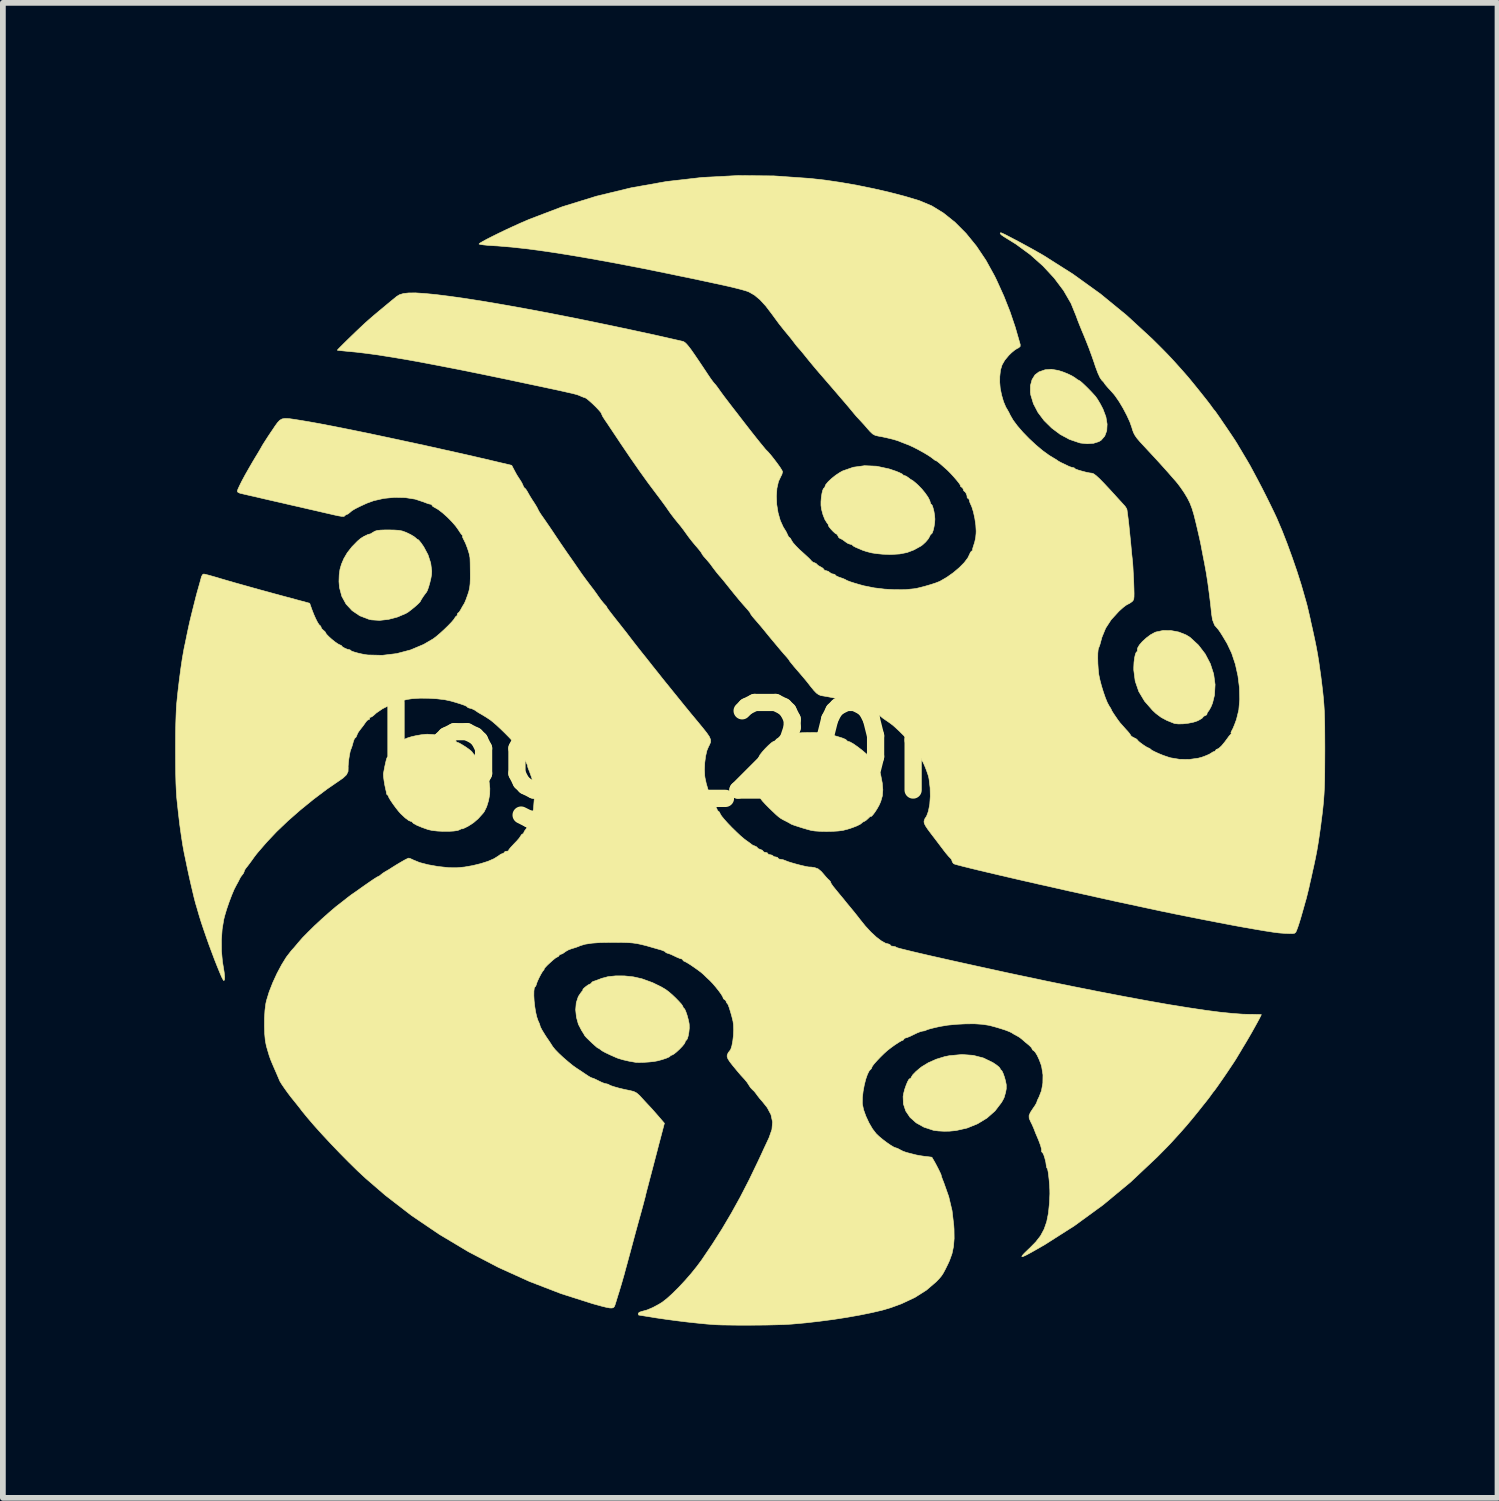
<source format=kicad_pcb>
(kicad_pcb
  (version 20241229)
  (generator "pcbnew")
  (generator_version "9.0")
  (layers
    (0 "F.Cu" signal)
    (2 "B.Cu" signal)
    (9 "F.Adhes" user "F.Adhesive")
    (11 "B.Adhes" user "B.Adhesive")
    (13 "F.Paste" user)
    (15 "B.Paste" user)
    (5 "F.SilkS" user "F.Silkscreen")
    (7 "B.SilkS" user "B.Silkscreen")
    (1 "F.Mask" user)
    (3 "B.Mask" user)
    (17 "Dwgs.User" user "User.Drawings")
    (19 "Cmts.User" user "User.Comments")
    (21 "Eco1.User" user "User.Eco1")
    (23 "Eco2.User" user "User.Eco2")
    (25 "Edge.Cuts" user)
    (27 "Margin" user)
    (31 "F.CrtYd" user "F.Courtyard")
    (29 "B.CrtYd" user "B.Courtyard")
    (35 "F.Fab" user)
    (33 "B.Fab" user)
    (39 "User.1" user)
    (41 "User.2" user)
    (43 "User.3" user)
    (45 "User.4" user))
  (footprint "logo_20mm"
    (layer "F.Cu")
    (at 10.01 10.009)
    (property "Reference" "logo_20mm" (at 0 0 0) (layer "F.SilkS") (effects (font (size 1.524 1.524) (thickness 0.3))))
    (attr through_hole)
    (fp_poly (pts (xy 5.358 -6.612) (xy 5.436 -6.587) (xy 5.517 -6.555) (xy 5.59 -6.52) (xy 5.641 -6.489) (xy 5.647 -6.485) (xy 5.688 -6.454) (xy 5.716 -6.439) (xy 5.719 -6.438) (xy 5.74 -6.425) (xy 5.781 -6.389) (xy 5.835 -6.338) (xy 5.894 -6.279) (xy 5.951 -6.219) (xy 5.999 -6.166) (xy 6.006 -6.158) (xy 6.042 -6.106) (xy 6.086 -6.032) (xy 6.128 -5.952) (xy 6.134 -5.94) (xy 6.185 -5.805) (xy 6.206 -5.678) (xy 6.2 -5.565) (xy 6.165 -5.471) (xy 6.103 -5.399) (xy 6.063 -5.374) (xy 5.971 -5.345) (xy 5.86 -5.337) (xy 5.743 -5.349) (xy 5.72 -5.355) (xy 5.55 -5.413) (xy 5.389 -5.5) (xy 5.241 -5.611) (xy 5.11 -5.74) (xy 5.003 -5.882) (xy 4.924 -6.033) (xy 4.878 -6.185) (xy 4.871 -6.233) (xy 4.872 -6.35) (xy 4.9 -6.453) (xy 4.951 -6.535) (xy 5.018 -6.586) (xy 5.126 -6.624) (xy 5.236 -6.633) (xy 5.358 -6.612)) (stroke (width 0.01) (type solid)) (fill yes) (layer "F.SilkS"))
    (fp_poly (pts (xy 7.317 -2.086) (xy 7.455 -2.06) (xy 7.58 -2.01) (xy 7.65 -1.967) (xy 7.795 -1.833) (xy 7.913 -1.679) (xy 8.002 -1.509) (xy 8.06 -1.33) (xy 8.085 -1.146) (xy 8.075 -0.964) (xy 8.041 -0.825) (xy 8.014 -0.759) (xy 7.984 -0.704) (xy 7.971 -0.686) (xy 7.947 -0.653) (xy 7.944 -0.633) (xy 7.938 -0.619) (xy 7.915 -0.608) (xy 7.882 -0.591) (xy 7.873 -0.577) (xy 7.857 -0.559) (xy 7.814 -0.533) (xy 7.779 -0.515) (xy 7.711 -0.492) (xy 7.623 -0.474) (xy 7.53 -0.463) (xy 7.445 -0.461) (xy 7.383 -0.468) (xy 7.375 -0.47) (xy 7.248 -0.521) (xy 7.147 -0.575) (xy 7.056 -0.643) (xy 6.997 -0.698) (xy 6.858 -0.857) (xy 6.757 -1.026) (xy 6.695 -1.206) (xy 6.67 -1.399) (xy 6.67 -1.445) (xy 6.674 -1.532) (xy 6.684 -1.611) (xy 6.698 -1.673) (xy 6.713 -1.709) (xy 6.721 -1.714) (xy 6.734 -1.729) (xy 6.732 -1.739) (xy 6.736 -1.78) (xy 6.768 -1.835) (xy 6.821 -1.896) (xy 6.888 -1.957) (xy 6.961 -2.012) (xy 7.034 -2.052) (xy 7.056 -2.061) (xy 7.18 -2.087) (xy 7.317 -2.086)) (stroke (width 0.01) (type solid)) (fill yes) (layer "F.SilkS"))
    (fp_poly (pts (xy 3.875 5.306) (xy 4.053 5.352) (xy 4.217 5.432) (xy 4.23 5.44) (xy 4.287 5.479) (xy 4.329 5.514) (xy 4.344 5.536) (xy 4.355 5.559) (xy 4.361 5.561) (xy 4.377 5.579) (xy 4.398 5.624) (xy 4.42 5.686) (xy 4.438 5.752) (xy 4.45 5.813) (xy 4.451 5.82) (xy 4.451 5.888) (xy 4.44 5.95) (xy 4.426 5.998) (xy 4.418 6.03) (xy 4.406 6.058) (xy 4.38 6.106) (xy 4.366 6.129) (xy 4.256 6.273) (xy 4.116 6.397) (xy 3.952 6.497) (xy 3.77 6.571) (xy 3.576 6.615) (xy 3.46 6.626) (xy 3.365 6.627) (xy 3.271 6.622) (xy 3.195 6.613) (xy 3.179 6.609) (xy 3.018 6.556) (xy 2.884 6.481) (xy 2.777 6.386) (xy 2.702 6.275) (xy 2.661 6.151) (xy 2.656 6.022) (xy 2.667 5.962) (xy 2.685 5.893) (xy 2.709 5.825) (xy 2.734 5.765) (xy 2.757 5.724) (xy 2.773 5.711) (xy 2.776 5.712) (xy 2.789 5.706) (xy 2.8 5.683) (xy 2.824 5.645) (xy 2.875 5.592) (xy 2.945 5.532) (xy 2.98 5.505) (xy 3.096 5.434) (xy 3.235 5.373) (xy 3.382 5.328) (xy 3.463 5.312) (xy 3.679 5.292) (xy 3.875 5.306)) (stroke (width 0.01) (type solid)) (fill yes) (layer "F.SilkS"))
    (fp_poly (pts (xy -6.196 -3.835) (xy -6.121 -3.83) (xy -6.062 -3.819) (xy -6.006 -3.799) (xy -5.98 -3.788) (xy -5.914 -3.756) (xy -5.859 -3.723) (xy -5.834 -3.704) (xy -5.802 -3.676) (xy -5.783 -3.668) (xy -5.766 -3.652) (xy -5.733 -3.611) (xy -5.693 -3.553) (xy -5.686 -3.543) (xy -5.612 -3.405) (xy -5.565 -3.261) (xy -5.547 -3.122) (xy -5.55 -3.062) (xy -5.561 -2.998) (xy -5.579 -2.922) (xy -5.6 -2.848) (xy -5.621 -2.787) (xy -5.639 -2.752) (xy -5.641 -2.751) (xy -5.661 -2.725) (xy -5.691 -2.684) (xy -5.719 -2.641) (xy -5.738 -2.609) (xy -5.74 -2.602) (xy -5.755 -2.58) (xy -5.793 -2.542) (xy -5.845 -2.496) (xy -5.903 -2.449) (xy -5.957 -2.408) (xy -5.997 -2.384) (xy -6.145 -2.321) (xy -6.301 -2.28) (xy -6.455 -2.263) (xy -6.595 -2.272) (xy -6.64 -2.282) (xy -6.799 -2.343) (xy -6.932 -2.433) (xy -7.038 -2.547) (xy -7.112 -2.683) (xy -7.153 -2.837) (xy -7.161 -2.94) (xy -7.157 -3.056) (xy -7.144 -3.15) (xy -7.118 -3.24) (xy -7.075 -3.341) (xy -7.074 -3.342) (xy -7.016 -3.441) (xy -6.934 -3.545) (xy -6.839 -3.642) (xy -6.786 -3.687) (xy -6.749 -3.711) (xy -6.738 -3.717) (xy -5.88 -3.717) (xy -5.87 -3.707) (xy -5.86 -3.717) (xy -5.87 -3.727) (xy -5.88 -3.717) (xy -6.738 -3.717) (xy -6.702 -3.736) (xy -6.659 -3.757) (xy -6.631 -3.765) (xy -6.627 -3.764) (xy -6.612 -3.769) (xy -6.576 -3.791) (xy -6.567 -3.797) (xy -6.533 -3.816) (xy -6.493 -3.828) (xy -6.435 -3.834) (xy -6.353 -3.837) (xy -6.299 -3.837) (xy -6.196 -3.835)) (stroke (width 0.01) (type solid)) (fill yes) (layer "F.SilkS"))
    (fp_poly (pts (xy -2.191 3.924) (xy -2.04 3.94) (xy -1.901 3.971) (xy -1.883 3.976) (xy -1.702 4.042) (xy -1.551 4.116) (xy -1.475 4.161) (xy -1.423 4.2) (xy -1.362 4.252) (xy -1.3 4.311) (xy -1.244 4.369) (xy -1.2 4.418) (xy -1.178 4.452) (xy -1.176 4.459) (xy -1.166 4.483) (xy -1.16 4.485) (xy -1.144 4.502) (xy -1.124 4.548) (xy -1.102 4.612) (xy -1.083 4.682) (xy -1.069 4.747) (xy -1.066 4.773) (xy -1.065 4.834) (xy -1.072 4.903) (xy -1.084 4.969) (xy -1.099 5.019) (xy -1.115 5.042) (xy -1.118 5.043) (xy -1.134 5.059) (xy -1.136 5.074) (xy -1.15 5.103) (xy -1.186 5.148) (xy -1.235 5.199) (xy -1.288 5.248) (xy -1.335 5.285) (xy -1.367 5.302) (xy -1.369 5.302) (xy -1.393 5.311) (xy -1.395 5.317) (xy -1.413 5.333) (xy -1.463 5.355) (xy -1.537 5.38) (xy -1.619 5.402) (xy -1.68 5.413) (xy -1.764 5.422) (xy -1.856 5.428) (xy -1.939 5.43) (xy -2 5.428) (xy -2.003 5.427) (xy -2.112 5.408) (xy -2.216 5.384) (xy -2.301 5.359) (xy -2.332 5.347) (xy -2.445 5.297) (xy -2.525 5.259) (xy -2.578 5.23) (xy -2.607 5.209) (xy -2.608 5.208) (xy -2.637 5.186) (xy -2.649 5.182) (xy -2.669 5.17) (xy -2.708 5.136) (xy -2.758 5.091) (xy -2.809 5.042) (xy -2.854 4.998) (xy -2.883 4.965) (xy -2.89 4.954) (xy -2.9 4.934) (xy -2.926 4.893) (xy -2.939 4.873) (xy -2.995 4.765) (xy -3.029 4.641) (xy -3.042 4.513) (xy -3.032 4.392) (xy -2.998 4.289) (xy -2.988 4.271) (xy -2.955 4.222) (xy -2.928 4.187) (xy -2.921 4.181) (xy -2.912 4.168) (xy -2.917 4.166) (xy -2.916 4.156) (xy -2.893 4.133) (xy -2.858 4.104) (xy -2.822 4.079) (xy -2.796 4.067) (xy -2.793 4.066) (xy -2.772 4.054) (xy -2.771 4.049) (xy -2.754 4.029) (xy -2.736 4.02) (xy -2.699 4.008) (xy -2.639 3.986) (xy -2.591 3.967) (xy -2.478 3.937) (xy -2.341 3.923) (xy -2.191 3.924)) (stroke (width 0.01) (type solid)) (fill yes) (layer "F.SilkS"))
    (fp_poly (pts (xy 2.195 -4.946) (xy 2.412 -4.899) (xy 2.536 -4.857) (xy 2.596 -4.832) (xy 2.638 -4.811) (xy 2.651 -4.799) (xy 2.667 -4.785) (xy 2.678 -4.784) (xy 2.711 -4.772) (xy 2.751 -4.744) (xy 2.787 -4.716) (xy 2.81 -4.704) (xy 2.83 -4.691) (xy 2.87 -4.658) (xy 2.918 -4.615) (xy 2.981 -4.55) (xy 3.04 -4.478) (xy 3.089 -4.408) (xy 3.12 -4.348) (xy 3.129 -4.315) (xy 3.138 -4.289) (xy 3.145 -4.285) (xy 3.161 -4.267) (xy 3.177 -4.221) (xy 3.193 -4.158) (xy 3.204 -4.089) (xy 3.209 -4.026) (xy 3.209 -4.025) (xy 3.205 -3.96) (xy 3.194 -3.891) (xy 3.179 -3.828) (xy 3.163 -3.783) (xy 3.148 -3.767) (xy 3.13 -3.751) (xy 3.119 -3.727) (xy 3.094 -3.682) (xy 3.049 -3.628) (xy 2.996 -3.579) (xy 2.968 -3.558) (xy 2.843 -3.489) (xy 2.724 -3.444) (xy 2.597 -3.419) (xy 2.45 -3.41) (xy 2.394 -3.411) (xy 2.295 -3.415) (xy 2.196 -3.425) (xy 2.115 -3.437) (xy 2.093 -3.442) (xy 2.024 -3.46) (xy 1.967 -3.478) (xy 1.943 -3.487) (xy 1.897 -3.507) (xy 1.84 -3.531) (xy 1.839 -3.531) (xy 1.796 -3.553) (xy 1.774 -3.571) (xy 1.774 -3.573) (xy 1.757 -3.585) (xy 1.737 -3.588) (xy 1.699 -3.6) (xy 1.651 -3.631) (xy 1.643 -3.638) (xy 1.599 -3.67) (xy 1.565 -3.687) (xy 1.561 -3.687) (xy 1.537 -3.704) (xy 1.525 -3.727) (xy 1.507 -3.76) (xy 1.493 -3.767) (xy 1.472 -3.78) (xy 1.438 -3.811) (xy 1.401 -3.85) (xy 1.37 -3.888) (xy 1.355 -3.913) (xy 1.355 -3.918) (xy 1.352 -3.934) (xy 1.332 -3.959) (xy 1.295 -4.018) (xy 1.262 -4.101) (xy 1.237 -4.194) (xy 1.227 -4.265) (xy 1.227 -4.331) (xy 1.233 -4.404) (xy 1.244 -4.474) (xy 1.258 -4.53) (xy 1.273 -4.561) (xy 1.278 -4.564) (xy 1.294 -4.58) (xy 1.296 -4.591) (xy 1.311 -4.627) (xy 1.353 -4.677) (xy 1.413 -4.733) (xy 1.483 -4.789) (xy 1.556 -4.837) (xy 1.605 -4.864) (xy 1.789 -4.928) (xy 1.986 -4.955) (xy 2.195 -4.946)) (stroke (width 0.01) (type solid)) (fill yes) (layer "F.SilkS"))
    (fp_poly (pts (xy -5.532 -0.277) (xy -5.436 -0.265) (xy -5.341 -0.246) (xy -5.253 -0.224) (xy -5.183 -0.199) (xy -5.136 -0.174) (xy -5.123 -0.155) (xy -5.107 -0.141) (xy -5.098 -0.14) (xy -5.07 -0.129) (xy -5.021 -0.101) (xy -4.963 -0.065) (xy -4.907 -0.026) (xy -4.865 0.007) (xy -4.846 0.026) (xy -4.829 0.051) (xy -4.796 0.086) (xy -4.753 0.136) (xy -4.705 0.198) (xy -4.659 0.264) (xy -4.622 0.323) (xy -4.601 0.366) (xy -4.598 0.378) (xy -4.587 0.421) (xy -4.58 0.432) (xy -4.562 0.476) (xy -4.547 0.557) (xy -4.536 0.658) (xy -4.538 0.761) (xy -4.558 0.873) (xy -4.591 0.98) (xy -4.634 1.067) (xy -4.652 1.091) (xy -4.738 1.187) (xy -4.82 1.258) (xy -4.908 1.315) (xy -4.966 1.345) (xy -5.007 1.363) (xy -5.023 1.365) (xy -5.023 1.365) (xy -5.035 1.364) (xy -5.055 1.377) (xy -5.095 1.393) (xy -5.164 1.403) (xy -5.253 1.408) (xy -5.352 1.408) (xy -5.45 1.403) (xy -5.539 1.393) (xy -5.607 1.378) (xy -5.611 1.377) (xy -5.72 1.338) (xy -5.804 1.303) (xy -5.859 1.274) (xy -5.88 1.255) (xy -5.88 1.254) (xy -5.896 1.237) (xy -5.907 1.236) (xy -5.947 1.22) (xy -6.01 1.173) (xy -6.086 1.102) (xy -6.124 1.059) (xy -6.17 1.001) (xy -6.217 0.937) (xy -6.259 0.876) (xy -6.29 0.825) (xy -6.303 0.795) (xy -6.303 0.792) (xy -6.313 0.778) (xy -6.315 0.777) (xy -6.332 0.761) (xy -6.333 0.752) (xy -6.339 0.715) (xy -6.348 0.678) (xy -6.364 0.603) (xy -6.377 0.524) (xy -6.386 0.454) (xy -6.388 0.407) (xy -6.387 0.401) (xy -6.365 0.284) (xy -6.347 0.202) (xy -6.334 0.15) (xy -6.324 0.125) (xy -6.317 0.12) (xy -6.3 0.103) (xy -6.287 0.075) (xy -6.263 0.029) (xy -6.222 -0.026) (xy -6.171 -0.081) (xy -6.12 -0.128) (xy -6.079 -0.156) (xy -6.065 -0.159) (xy -6.041 -0.17) (xy -6.039 -0.176) (xy -6.021 -0.195) (xy -5.972 -0.216) (xy -5.902 -0.238) (xy -5.819 -0.257) (xy -5.732 -0.272) (xy -5.651 -0.281) (xy -5.621 -0.282) (xy -5.532 -0.277)) (stroke (width 0.01) (type solid)) (fill yes) (layer "F.SilkS"))
    (fp_poly (pts (xy 1.208 -0.308) (xy 1.293 -0.298) (xy 1.375 -0.28) (xy 1.377 -0.28) (xy 1.504 -0.245) (xy 1.597 -0.216) (xy 1.655 -0.192) (xy 1.674 -0.175) (xy 1.674 -0.175) (xy 1.689 -0.16) (xy 1.693 -0.159) (xy 1.733 -0.147) (xy 1.794 -0.112) (xy 1.867 -0.061) (xy 1.945 -0.000338) (xy 2.022 0.065) (xy 2.092 0.129) (xy 2.145 0.186) (xy 2.177 0.23) (xy 2.182 0.247) (xy 2.193 0.278) (xy 2.218 0.321) (xy 2.218 0.321) (xy 2.248 0.375) (xy 2.265 0.421) (xy 2.293 0.567) (xy 2.303 0.686) (xy 2.295 0.79) (xy 2.267 0.888) (xy 2.238 0.954) (xy 2.206 1.011) (xy 2.171 1.066) (xy 2.136 1.113) (xy 2.109 1.144) (xy 2.094 1.15) (xy 2.093 1.146) (xy 2.081 1.151) (xy 2.053 1.178) (xy 2.046 1.185) (xy 2.008 1.219) (xy 1.979 1.236) (xy 1.977 1.236) (xy 1.948 1.251) (xy 1.939 1.261) (xy 1.91 1.284) (xy 1.852 1.313) (xy 1.775 1.343) (xy 1.692 1.37) (xy 1.611 1.391) (xy 1.606 1.392) (xy 1.53 1.402) (xy 1.431 1.408) (xy 1.322 1.41) (xy 1.214 1.408) (xy 1.121 1.402) (xy 1.056 1.392) (xy 0.986 1.373) (xy 0.907 1.35) (xy 0.829 1.325) (xy 0.761 1.303) (xy 0.714 1.285) (xy 0.698 1.277) (xy 0.675 1.262) (xy 0.63 1.238) (xy 0.608 1.227) (xy 0.563 1.204) (xy 0.527 1.183) (xy 0.491 1.157) (xy 0.449 1.121) (xy 0.393 1.068) (xy 0.324 1.002) (xy 0.263 0.94) (xy 0.215 0.888) (xy 0.185 0.851) (xy 0.179 0.839) (xy 0.169 0.806) (xy 0.149 0.769) (xy 0.102 0.668) (xy 0.073 0.544) (xy 0.066 0.41) (xy 0.081 0.279) (xy 0.082 0.276) (xy 0.098 0.215) (xy 0.113 0.172) (xy 0.122 0.159) (xy 0.136 0.143) (xy 0.147 0.113) (xy 0.166 0.076) (xy 0.206 0.025) (xy 0.257 -0.032) (xy 0.312 -0.087) (xy 0.363 -0.132) (xy 0.4 -0.157) (xy 0.41 -0.159) (xy 0.436 -0.171) (xy 0.439 -0.179) (xy 0.454 -0.199) (xy 0.46 -0.199) (xy 0.489 -0.207) (xy 0.54 -0.227) (xy 0.571 -0.241) (xy 0.625 -0.262) (xy 0.663 -0.272) (xy 0.673 -0.271) (xy 0.695 -0.272) (xy 0.711 -0.282) (xy 0.742 -0.292) (xy 0.806 -0.301) (xy 0.896 -0.308) (xy 0.984 -0.311) (xy 1.109 -0.312) (xy 1.208 -0.308)) (stroke (width 0.01) (type solid)) (fill yes) (layer "F.SilkS"))
    (fp_poly (pts (xy 0.408 -9.998) (xy 1.036 -9.954) (xy 1.296 -9.925) (xy 1.568 -9.885) (xy 1.854 -9.835) (xy 2.143 -9.776) (xy 2.425 -9.711) (xy 2.69 -9.642) (xy 2.926 -9.571) (xy 2.944 -9.565) (xy 3.154 -9.477) (xy 3.359 -9.351) (xy 3.559 -9.191) (xy 3.751 -8.998) (xy 3.931 -8.777) (xy 4.098 -8.528) (xy 4.248 -8.256) (xy 4.284 -8.182) (xy 4.41 -7.904) (xy 4.515 -7.638) (xy 4.606 -7.369) (xy 4.69 -7.078) (xy 4.694 -7.064) (xy 4.693 -7.03) (xy 4.664 -7.005) (xy 4.645 -6.997) (xy 4.6 -6.969) (xy 4.543 -6.922) (xy 4.495 -6.875) (xy 4.425 -6.791) (xy 4.378 -6.709) (xy 4.35 -6.617) (xy 4.338 -6.505) (xy 4.337 -6.408) (xy 4.346 -6.301) (xy 4.37 -6.184) (xy 4.403 -6.07) (xy 4.443 -5.975) (xy 4.464 -5.94) (xy 4.497 -5.882) (xy 4.52 -5.834) (xy 4.569 -5.749) (xy 4.644 -5.648) (xy 4.739 -5.538) (xy 4.849 -5.425) (xy 4.966 -5.316) (xy 5.084 -5.217) (xy 5.197 -5.135) (xy 5.283 -5.083) (xy 5.322 -5.06) (xy 5.342 -5.045) (xy 5.365 -5.03) (xy 5.41 -5.006) (xy 5.432 -4.996) (xy 5.489 -4.969) (xy 5.536 -4.946) (xy 5.546 -4.941) (xy 5.591 -4.926) (xy 5.611 -4.923) (xy 5.637 -4.915) (xy 5.641 -4.908) (xy 5.658 -4.896) (xy 5.704 -4.879) (xy 5.766 -4.861) (xy 5.834 -4.843) (xy 5.896 -4.83) (xy 5.942 -4.824) (xy 5.947 -4.823) (xy 5.973 -4.813) (xy 6.016 -4.781) (xy 6.076 -4.726) (xy 6.156 -4.644) (xy 6.257 -4.536) (xy 6.348 -4.436) (xy 6.41 -4.368) (xy 6.464 -4.309) (xy 6.503 -4.266) (xy 6.517 -4.251) (xy 6.544 -4.21) (xy 6.552 -4.188) (xy 6.56 -4.127) (xy 6.572 -4.036) (xy 6.585 -3.925) (xy 6.597 -3.806) (xy 6.609 -3.688) (xy 6.618 -3.598) (xy 6.627 -3.5) (xy 6.635 -3.411) (xy 6.643 -3.341) (xy 6.646 -3.309) (xy 6.651 -3.264) (xy 6.656 -3.189) (xy 6.661 -3.092) (xy 6.667 -2.983) (xy 6.669 -2.934) (xy 6.673 -2.816) (xy 6.675 -2.732) (xy 6.674 -2.675) (xy 6.67 -2.638) (xy 6.661 -2.614) (xy 6.648 -2.597) (xy 6.643 -2.592) (xy 6.597 -2.559) (xy 6.564 -2.543) (xy 6.531 -2.524) (xy 6.48 -2.484) (xy 6.421 -2.431) (xy 6.406 -2.416) (xy 6.276 -2.274) (xy 6.181 -2.128) (xy 6.116 -1.97) (xy 6.098 -1.904) (xy 6.081 -1.842) (xy 6.065 -1.797) (xy 6.058 -1.784) (xy 6.05 -1.752) (xy 6.044 -1.689) (xy 6.043 -1.607) (xy 6.045 -1.514) (xy 6.051 -1.421) (xy 6.059 -1.336) (xy 6.062 -1.316) (xy 6.081 -1.226) (xy 6.108 -1.123) (xy 6.141 -1.016) (xy 6.176 -0.915) (xy 6.21 -0.832) (xy 6.24 -0.777) (xy 6.241 -0.774) (xy 6.267 -0.735) (xy 6.279 -0.711) (xy 6.279 -0.71) (xy 6.289 -0.688) (xy 6.317 -0.643) (xy 6.355 -0.587) (xy 6.395 -0.529) (xy 6.432 -0.48) (xy 6.448 -0.462) (xy 6.487 -0.418) (xy 6.536 -0.363) (xy 6.553 -0.345) (xy 6.591 -0.301) (xy 6.614 -0.268) (xy 6.617 -0.26) (xy 6.634 -0.242) (xy 6.674 -0.221) (xy 6.677 -0.219) (xy 6.718 -0.198) (xy 6.737 -0.179) (xy 6.737 -0.178) (xy 6.752 -0.16) (xy 6.79 -0.129) (xy 6.84 -0.093) (xy 6.888 -0.062) (xy 6.925 -0.043) (xy 6.936 -0.04) (xy 6.959 -0.025) (xy 6.96 -0.024) (xy 6.983 -0.004) (xy 7.035 0.023) (xy 7.105 0.055) (xy 7.184 0.087) (xy 7.263 0.114) (xy 7.312 0.129) (xy 7.469 0.155) (xy 7.635 0.157) (xy 7.792 0.135) (xy 7.855 0.118) (xy 7.925 0.092) (xy 7.983 0.067) (xy 8.014 0.048) (xy 8.05 0.025) (xy 8.069 0.02) (xy 8.091 0.007) (xy 8.092 0) (xy 8.108 -0.019) (xy 8.117 -0.02) (xy 8.15 -0.036) (xy 8.197 -0.079) (xy 8.251 -0.144) (xy 8.292 -0.199) (xy 8.326 -0.246) (xy 8.355 -0.279) (xy 8.361 -0.284) (xy 8.37 -0.297) (xy 8.364 -0.299) (xy 8.361 -0.313) (xy 8.376 -0.344) (xy 8.397 -0.384) (xy 8.424 -0.449) (xy 8.453 -0.527) (xy 8.458 -0.542) (xy 8.498 -0.704) (xy 8.514 -0.89) (xy 8.509 -1.091) (xy 8.483 -1.297) (xy 8.438 -1.5) (xy 8.374 -1.692) (xy 8.295 -1.859) (xy 8.254 -1.928) (xy 8.212 -1.998) (xy 8.174 -2.058) (xy 8.145 -2.1) (xy 8.134 -2.113) (xy 8.077 -2.179) (xy 8.04 -2.274) (xy 8.024 -2.377) (xy 8.006 -2.549) (xy 7.983 -2.734) (xy 7.958 -2.92) (xy 7.931 -3.093) (xy 7.904 -3.24) (xy 7.903 -3.249) (xy 7.884 -3.341) (xy 7.866 -3.436) (xy 7.852 -3.508) (xy 7.841 -3.568) (xy 7.829 -3.626) (xy 7.815 -3.69) (xy 7.797 -3.769) (xy 7.773 -3.873) (xy 7.753 -3.957) (xy 7.718 -4.098) (xy 7.684 -4.211) (xy 7.648 -4.305) (xy 7.605 -4.391) (xy 7.552 -4.479) (xy 7.528 -4.515) (xy 7.481 -4.583) (xy 7.435 -4.644) (xy 7.402 -4.684) (xy 7.355 -4.737) (xy 7.314 -4.784) (xy 7.267 -4.838) (xy 7.199 -4.914) (xy 7.117 -5.005) (xy 7.027 -5.103) (xy 6.936 -5.201) (xy 6.857 -5.286) (xy 6.781 -5.368) (xy 6.728 -5.43) (xy 6.692 -5.481) (xy 6.667 -5.528) (xy 6.647 -5.582) (xy 6.636 -5.621) (xy 6.602 -5.717) (xy 6.549 -5.832) (xy 6.485 -5.954) (xy 6.416 -6.07) (xy 6.349 -6.167) (xy 6.323 -6.2) (xy 6.292 -6.235) (xy 6.248 -6.284) (xy 6.226 -6.307) (xy 6.188 -6.351) (xy 6.163 -6.382) (xy 6.159 -6.39) (xy 6.146 -6.409) (xy 6.114 -6.442) (xy 6.112 -6.444) (xy 6.082 -6.488) (xy 6.045 -6.568) (xy 6.002 -6.683) (xy 5.984 -6.739) (xy 5.941 -6.862) (xy 5.891 -6.999) (xy 5.839 -7.131) (xy 5.804 -7.217) (xy 5.762 -7.317) (xy 5.722 -7.416) (xy 5.689 -7.5) (xy 5.67 -7.554) (xy 5.578 -7.78) (xy 5.449 -8.003) (xy 5.285 -8.221) (xy 5.091 -8.43) (xy 4.869 -8.628) (xy 4.621 -8.81) (xy 4.41 -8.941) (xy 4.365 -8.972) (xy 4.345 -8.996) (xy 4.352 -9.009) (xy 4.358 -9.009) (xy 4.382 -9) (xy 4.435 -8.975) (xy 4.51 -8.936) (xy 4.602 -8.888) (xy 4.704 -8.834) (xy 4.81 -8.776) (xy 4.914 -8.719) (xy 5.011 -8.664) (xy 5.093 -8.617) (xy 5.108 -8.608) (xy 5.611 -8.289) (xy 6.089 -7.945) (xy 6.547 -7.57) (xy 6.99 -7.162) (xy 7.077 -7.076) (xy 7.173 -6.98) (xy 7.253 -6.898) (xy 7.326 -6.821) (xy 7.4 -6.74) (xy 7.485 -6.645) (xy 7.564 -6.556) (xy 7.612 -6.501) (xy 7.674 -6.426) (xy 7.745 -6.339) (xy 7.819 -6.247) (xy 7.889 -6.159) (xy 7.95 -6.082) (xy 7.995 -6.023) (xy 8.012 -6) (xy 8.045 -5.954) (xy 8.068 -5.924) (xy 8.073 -5.92) (xy 8.089 -5.9) (xy 8.122 -5.853) (xy 8.169 -5.786) (xy 8.223 -5.706) (xy 8.282 -5.62) (xy 8.34 -5.534) (xy 8.393 -5.455) (xy 8.436 -5.39) (xy 8.464 -5.345) (xy 8.47 -5.336) (xy 8.494 -5.294) (xy 8.534 -5.228) (xy 8.583 -5.145) (xy 8.637 -5.055) (xy 8.638 -5.053) (xy 8.69 -4.964) (xy 8.753 -4.847) (xy 8.825 -4.712) (xy 8.902 -4.565) (xy 8.978 -4.415) (xy 9.049 -4.271) (xy 9.112 -4.141) (xy 9.162 -4.034) (xy 9.165 -4.026) (xy 9.251 -3.824) (xy 9.34 -3.596) (xy 9.428 -3.354) (xy 9.511 -3.113) (xy 9.583 -2.886) (xy 9.605 -2.81) (xy 9.628 -2.73) (xy 9.649 -2.656) (xy 9.664 -2.604) (xy 9.665 -2.601) (xy 9.686 -2.524) (xy 9.711 -2.418) (xy 9.74 -2.293) (xy 9.745 -2.267) (xy 9.762 -2.19) (xy 9.781 -2.108) (xy 9.784 -2.093) (xy 9.818 -1.937) (xy 9.846 -1.8) (xy 9.87 -1.669) (xy 9.892 -1.531) (xy 9.914 -1.372) (xy 9.925 -1.296) (xy 9.943 -1.151) (xy 9.958 -1.024) (xy 9.97 -0.909) (xy 9.979 -0.798) (xy 9.986 -0.684) (xy 9.99 -0.56) (xy 9.993 -0.42) (xy 9.994 -0.255) (xy 9.995 -0.06) (xy 9.995 0) (xy 9.994 0.205) (xy 9.993 0.377) (xy 9.991 0.523) (xy 9.987 0.651) (xy 9.981 0.767) (xy 9.973 0.878) (xy 9.962 0.991) (xy 9.948 1.114) (xy 9.93 1.253) (xy 9.925 1.296) (xy 9.901 1.467) (xy 9.879 1.613) (xy 9.857 1.745) (xy 9.831 1.878) (xy 9.8 2.024) (xy 9.784 2.093) (xy 9.767 2.172) (xy 9.749 2.253) (xy 9.745 2.267) (xy 9.717 2.395) (xy 9.69 2.505) (xy 9.669 2.589) (xy 9.665 2.601) (xy 9.651 2.65) (xy 9.631 2.722) (xy 9.608 2.803) (xy 9.606 2.81) (xy 9.575 2.918) (xy 9.55 3) (xy 9.528 3.067) (xy 9.505 3.129) (xy 9.49 3.163) (xy 9.469 3.181) (xy 9.431 3.187) (xy 9.371 3.186) (xy 9.293 3.183) (xy 9.219 3.178) (xy 9.189 3.175) (xy 9.089 3.162) (xy 8.954 3.141) (xy 8.789 3.113) (xy 8.598 3.08) (xy 8.385 3.041) (xy 8.155 2.997) (xy 7.912 2.95) (xy 7.66 2.9) (xy 7.404 2.849) (xy 7.147 2.796) (xy 6.895 2.742) (xy 6.877 2.738) (xy 6.617 2.682) (xy 6.35 2.625) (xy 6.08 2.565) (xy 5.81 2.505) (xy 5.541 2.446) (xy 5.278 2.386) (xy 5.022 2.329) (xy 4.777 2.273) (xy 4.546 2.22) (xy 4.332 2.17) (xy 4.137 2.124) (xy 3.964 2.083) (xy 3.816 2.047) (xy 3.696 2.017) (xy 3.607 1.994) (xy 3.552 1.978) (xy 3.534 1.97) (xy 3.511 1.938) (xy 3.508 1.923) (xy 3.494 1.891) (xy 3.475 1.871) (xy 3.446 1.841) (xy 3.403 1.79) (xy 3.367 1.744) (xy 3.323 1.686) (xy 3.264 1.608) (xy 3.198 1.521) (xy 3.151 1.46) (xy 3.088 1.376) (xy 3.048 1.316) (xy 3.026 1.273) (xy 3.02 1.242) (xy 3.022 1.225) (xy 3.037 1.184) (xy 3.051 1.165) (xy 3.065 1.142) (xy 3.084 1.093) (xy 3.098 1.049) (xy 3.12 0.936) (xy 3.129 0.799) (xy 3.126 0.652) (xy 3.109 0.509) (xy 3.104 0.478) (xy 3.091 0.429) (xy 3.069 0.365) (xy 3.044 0.298) (xy 3.018 0.238) (xy 2.997 0.195) (xy 2.985 0.179) (xy 2.976 0.167) (xy 2.978 0.162) (xy 2.974 0.136) (xy 2.96 0.119) (xy 2.935 0.087) (xy 2.93 0.07) (xy 2.916 0.04) (xy 2.89 0.01) (xy 2.864 -0.019) (xy 2.859 -0.035) (xy 2.856 -0.052) (xy 2.83 -0.089) (xy 2.779 -0.146) (xy 2.7 -0.226) (xy 2.658 -0.268) (xy 2.582 -0.343) (xy 2.525 -0.396) (xy 2.479 -0.437) (xy 2.434 -0.471) (xy 2.382 -0.508) (xy 2.352 -0.528) (xy 2.3 -0.564) (xy 2.265 -0.593) (xy 2.256 -0.603) (xy 2.233 -0.615) (xy 2.211 -0.618) (xy 2.179 -0.625) (xy 2.173 -0.634) (xy 2.156 -0.651) (xy 2.114 -0.675) (xy 2.088 -0.687) (xy 2.035 -0.712) (xy 2 -0.731) (xy 1.993 -0.736) (xy 1.97 -0.749) (xy 1.921 -0.768) (xy 1.864 -0.788) (xy 1.8 -0.81) (xy 1.753 -0.829) (xy 1.734 -0.839) (xy 1.71 -0.849) (xy 1.657 -0.865) (xy 1.583 -0.883) (xy 1.498 -0.903) (xy 1.411 -0.922) (xy 1.332 -0.937) (xy 1.272 -0.947) (xy 1.225 -0.955) (xy 1.186 -0.971) (xy 1.147 -0.999) (xy 1.102 -1.046) (xy 1.044 -1.117) (xy 1.007 -1.165) (xy 0.967 -1.215) (xy 0.91 -1.283) (xy 0.846 -1.358) (xy 0.812 -1.397) (xy 0.756 -1.462) (xy 0.712 -1.516) (xy 0.684 -1.551) (xy 0.678 -1.562) (xy 0.665 -1.582) (xy 0.634 -1.62) (xy 0.617 -1.639) (xy 0.575 -1.686) (xy 0.512 -1.76) (xy 0.431 -1.857) (xy 0.335 -1.972) (xy 0.229 -2.102) (xy 0.205 -2.131) (xy 0.158 -2.187) (xy 0.102 -2.252) (xy 0.075 -2.283) (xy 0.034 -2.331) (xy 0.007 -2.368) (xy 0 -2.382) (xy -0.012 -2.404) (xy -0.045 -2.445) (xy -0.085 -2.49) (xy -0.145 -2.558) (xy -0.208 -2.632) (xy -0.239 -2.67) (xy -0.29 -2.732) (xy -0.339 -2.793) (xy -0.359 -2.818) (xy -0.4 -2.869) (xy -0.435 -2.913) (xy -0.439 -2.918) (xy -0.469 -2.955) (xy -0.513 -3.008) (xy -0.54 -3.038) (xy -0.592 -3.101) (xy -0.641 -3.165) (xy -0.659 -3.189) (xy -0.702 -3.248) (xy -0.756 -3.312) (xy -0.777 -3.336) (xy -0.817 -3.381) (xy -0.842 -3.416) (xy -0.847 -3.427) (xy -0.859 -3.447) (xy -0.892 -3.49) (xy -0.938 -3.545) (xy -0.951 -3.559) (xy -1.011 -3.631) (xy -1.069 -3.705) (xy -1.114 -3.767) (xy -1.114 -3.767) (xy -1.16 -3.831) (xy -1.218 -3.907) (xy -1.266 -3.965) (xy -1.326 -4.039) (xy -1.387 -4.119) (xy -1.426 -4.174) (xy -1.465 -4.231) (xy -1.521 -4.308) (xy -1.586 -4.396) (xy -1.648 -4.478) (xy -1.78 -4.654) (xy -1.928 -4.86) (xy -2.089 -5.091) (xy -2.259 -5.342) (xy -2.316 -5.428) (xy -2.381 -5.525) (xy -2.441 -5.615) (xy -2.492 -5.692) (xy -2.53 -5.747) (xy -2.541 -5.764) (xy -2.572 -5.812) (xy -2.589 -5.849) (xy -2.591 -5.857) (xy -2.605 -5.883) (xy -2.642 -5.926) (xy -2.692 -5.979) (xy -2.75 -6.035) (xy -2.806 -6.085) (xy -2.852 -6.123) (xy -2.881 -6.139) (xy -2.882 -6.139) (xy -2.907 -6.146) (xy -2.951 -6.164) (xy -2.957 -6.167) (xy -2.977 -6.176) (xy -2.998 -6.184) (xy -3.024 -6.193) (xy -3.059 -6.202) (xy -3.105 -6.214) (xy -3.169 -6.228) (xy -3.252 -6.247) (xy -3.36 -6.271) (xy -3.496 -6.3) (xy -3.664 -6.336) (xy -3.817 -6.368) (xy -4.269 -6.464) (xy -4.684 -6.55) (xy -5.064 -6.627) (xy -5.409 -6.694) (xy -5.723 -6.754) (xy -6.005 -6.805) (xy -6.259 -6.847) (xy -6.485 -6.883) (xy -6.685 -6.91) (xy -6.861 -6.931) (xy -6.936 -6.938) (xy -7.031 -6.947) (xy -7.11 -6.955) (xy -7.166 -6.961) (xy -7.19 -6.965) (xy -7.19 -6.965) (xy -7.179 -6.979) (xy -7.143 -7.016) (xy -7.088 -7.071) (xy -7.02 -7.138) (xy -6.943 -7.213) (xy -6.863 -7.29) (xy -6.784 -7.365) (xy -6.711 -7.433) (xy -6.697 -7.446) (xy -6.636 -7.5) (xy -6.555 -7.57) (xy -6.466 -7.645) (xy -6.398 -7.701) (xy -6.32 -7.766) (xy -6.249 -7.825) (xy -6.192 -7.871) (xy -6.16 -7.898) (xy -6.108 -7.93) (xy -6.039 -7.951) (xy -5.948 -7.961) (xy -5.828 -7.962) (xy -5.674 -7.952) (xy -5.672 -7.952) (xy -5.475 -7.933) (xy -5.244 -7.904) (xy -4.979 -7.867) (xy -4.685 -7.821) (xy -4.364 -7.767) (xy -4.019 -7.706) (xy -3.653 -7.638) (xy -3.269 -7.564) (xy -2.87 -7.484) (xy -2.459 -7.399) (xy -2.039 -7.31) (xy -1.612 -7.217) (xy -1.184 -7.12) (xy -1.163 -7.113) (xy -1.14 -7.098) (xy -1.113 -7.073) (xy -1.079 -7.033) (xy -1.036 -6.977) (xy -0.982 -6.9) (xy -0.913 -6.799) (xy -0.827 -6.671) (xy -0.732 -6.528) (xy -0.69 -6.466) (xy -0.653 -6.416) (xy -0.631 -6.389) (xy -0.63 -6.388) (xy -0.604 -6.359) (xy -0.57 -6.314) (xy -0.568 -6.311) (xy -0.517 -6.239) (xy -0.462 -6.164) (xy -0.394 -6.075) (xy -0.359 -6.029) (xy -0.299 -5.951) (xy -0.234 -5.868) (xy -0.189 -5.809) (xy -0.122 -5.722) (xy -0.049 -5.628) (xy 0.026 -5.532) (xy 0.098 -5.441) (xy 0.163 -5.36) (xy 0.217 -5.294) (xy 0.254 -5.249) (xy 0.269 -5.232) (xy 0.307 -5.194) (xy 0.356 -5.137) (xy 0.41 -5.069) (xy 0.463 -4.999) (xy 0.51 -4.934) (xy 0.543 -4.882) (xy 0.558 -4.852) (xy 0.558 -4.85) (xy 0.547 -4.804) (xy 0.531 -4.773) (xy 0.487 -4.68) (xy 0.46 -4.561) (xy 0.451 -4.424) (xy 0.457 -4.279) (xy 0.48 -4.136) (xy 0.518 -4.002) (xy 0.57 -3.887) (xy 0.587 -3.86) (xy 0.621 -3.805) (xy 0.644 -3.757) (xy 0.647 -3.749) (xy 0.664 -3.716) (xy 0.677 -3.707) (xy 0.695 -3.691) (xy 0.716 -3.651) (xy 0.717 -3.65) (xy 0.742 -3.612) (xy 0.79 -3.558) (xy 0.852 -3.495) (xy 0.894 -3.458) (xy 0.96 -3.398) (xy 1.015 -3.347) (xy 1.052 -3.309) (xy 1.062 -3.296) (xy 1.092 -3.272) (xy 1.106 -3.269) (xy 1.141 -3.254) (xy 1.15 -3.244) (xy 1.179 -3.217) (xy 1.221 -3.194) (xy 1.26 -3.171) (xy 1.276 -3.15) (xy 1.292 -3.133) (xy 1.313 -3.129) (xy 1.357 -3.115) (xy 1.375 -3.099) (xy 1.415 -3.074) (xy 1.438 -3.07) (xy 1.469 -3.062) (xy 1.475 -3.053) (xy 1.492 -3.037) (xy 1.535 -3.017) (xy 1.56 -3.009) (xy 1.613 -2.99) (xy 1.648 -2.975) (xy 1.654 -2.971) (xy 1.681 -2.956) (xy 1.736 -2.935) (xy 1.811 -2.911) (xy 1.896 -2.886) (xy 1.98 -2.863) (xy 1.983 -2.863) (xy 2.152 -2.829) (xy 2.335 -2.807) (xy 2.519 -2.797) (xy 2.694 -2.798) (xy 2.846 -2.813) (xy 2.886 -2.819) (xy 2.961 -2.837) (xy 3.051 -2.861) (xy 3.143 -2.888) (xy 3.225 -2.915) (xy 3.284 -2.938) (xy 3.296 -2.943) (xy 3.415 -3.012) (xy 3.53 -3.093) (xy 3.634 -3.181) (xy 3.72 -3.268) (xy 3.782 -3.35) (xy 3.808 -3.403) (xy 3.828 -3.447) (xy 3.846 -3.468) (xy 3.848 -3.468) (xy 3.864 -3.48) (xy 3.864 -3.483) (xy 3.867 -3.513) (xy 3.871 -3.528) (xy 3.902 -3.625) (xy 3.919 -3.703) (xy 3.926 -3.78) (xy 3.927 -3.818) (xy 3.921 -3.923) (xy 3.904 -4.038) (xy 3.88 -4.148) (xy 3.852 -4.239) (xy 3.839 -4.268) (xy 3.817 -4.318) (xy 3.807 -4.356) (xy 3.807 -4.358) (xy 3.795 -4.383) (xy 3.787 -4.385) (xy 3.771 -4.396) (xy 3.771 -4.4) (xy 3.768 -4.433) (xy 3.753 -4.473) (xy 3.734 -4.501) (xy 3.726 -4.505) (xy 3.709 -4.521) (xy 3.707 -4.534) (xy 3.692 -4.567) (xy 3.672 -4.583) (xy 3.652 -4.599) (xy 3.655 -4.604) (xy 3.652 -4.617) (xy 3.628 -4.653) (xy 3.588 -4.703) (xy 3.539 -4.76) (xy 3.486 -4.818) (xy 3.436 -4.869) (xy 3.41 -4.893) (xy 3.334 -4.96) (xy 3.283 -5.004) (xy 3.25 -5.03) (xy 3.232 -5.041) (xy 3.225 -5.043) (xy 3.202 -5.055) (xy 3.186 -5.069) (xy 3.144 -5.101) (xy 3.077 -5.145) (xy 2.993 -5.194) (xy 2.904 -5.243) (xy 2.818 -5.286) (xy 2.747 -5.318) (xy 2.741 -5.32) (xy 2.671 -5.347) (xy 2.612 -5.37) (xy 2.581 -5.383) (xy 2.533 -5.399) (xy 2.458 -5.42) (xy 2.37 -5.441) (xy 2.282 -5.46) (xy 2.219 -5.471) (xy 2.168 -5.484) (xy 2.125 -5.508) (xy 2.078 -5.553) (xy 2.039 -5.597) (xy 1.984 -5.661) (xy 1.931 -5.719) (xy 1.893 -5.76) (xy 1.844 -5.812) (xy 1.796 -5.869) (xy 1.793 -5.873) (xy 1.764 -5.908) (xy 1.715 -5.967) (xy 1.65 -6.044) (xy 1.574 -6.132) (xy 1.497 -6.222) (xy 1.412 -6.321) (xy 1.328 -6.418) (xy 1.253 -6.505) (xy 1.191 -6.576) (xy 1.156 -6.617) (xy 1.092 -6.693) (xy 1.021 -6.779) (xy 0.966 -6.847) (xy 0.916 -6.909) (xy 0.871 -6.963) (xy 0.841 -6.997) (xy 0.839 -6.999) (xy 0.805 -7.038) (xy 0.767 -7.087) (xy 0.724 -7.144) (xy 0.684 -7.194) (xy 0.584 -7.315) (xy 0.496 -7.426) (xy 0.407 -7.547) (xy 0.375 -7.591) (xy 0.266 -7.734) (xy 0.166 -7.843) (xy 0.07 -7.923) (xy -0.024 -7.977) (xy -0.056 -7.99) (xy -0.101 -8.004) (xy -0.16 -8.021) (xy -0.238 -8.041) (xy -0.336 -8.065) (xy -0.458 -8.093) (xy -0.607 -8.125) (xy -0.784 -8.163) (xy -0.993 -8.208) (xy -1.237 -8.258) (xy -1.395 -8.291) (xy -1.891 -8.392) (xy -2.354 -8.481) (xy -2.783 -8.559) (xy -3.177 -8.626) (xy -3.537 -8.682) (xy -3.86 -8.726) (xy -4.148 -8.758) (xy -4.398 -8.779) (xy -4.47 -8.783) (xy -4.565 -8.789) (xy -4.644 -8.797) (xy -4.699 -8.805) (xy -4.723 -8.812) (xy -4.724 -8.813) (xy -4.707 -8.829) (xy -4.658 -8.858) (xy -4.583 -8.899) (xy -4.488 -8.947) (xy -4.377 -9.002) (xy -4.256 -9.06) (xy -4.129 -9.119) (xy -4.003 -9.176) (xy -3.882 -9.228) (xy -3.85 -9.242) (xy -3.272 -9.462) (xy -2.68 -9.645) (xy -2.076 -9.791) (xy -1.463 -9.9) (xy -0.843 -9.971) (xy -0.219 -10.004) (xy 0.408 -9.998)) (stroke (width 0.01) (type solid)) (fill yes) (layer "F.SilkS"))
    (fp_poly (pts (xy -8.03 -5.774) (xy -7.937 -5.761) (xy -7.813 -5.741) (xy -7.676 -5.718) (xy -7.503 -5.687) (xy -7.3 -5.648) (xy -7.071 -5.603) (xy -6.819 -5.552) (xy -6.55 -5.496) (xy -6.267 -5.436) (xy -5.974 -5.373) (xy -5.676 -5.309) (xy -5.376 -5.242) (xy -5.079 -5.176) (xy -4.789 -5.11) (xy -4.511 -5.045) (xy -4.375 -5.013) (xy -4.155 -4.961) (xy -4.106 -4.867) (xy -4.069 -4.799) (xy -4.029 -4.736) (xy -4.014 -4.714) (xy -3.981 -4.661) (xy -3.958 -4.612) (xy -3.958 -4.609) (xy -3.941 -4.575) (xy -3.928 -4.564) (xy -3.911 -4.548) (xy -3.885 -4.508) (xy -3.875 -4.49) (xy -3.84 -4.428) (xy -3.796 -4.357) (xy -3.775 -4.326) (xy -3.738 -4.268) (xy -3.709 -4.218) (xy -3.7 -4.198) (xy -3.682 -4.163) (xy -3.648 -4.109) (xy -3.606 -4.049) (xy -3.556 -3.977) (xy -3.495 -3.888) (xy -3.436 -3.801) (xy -3.427 -3.787) (xy -3.305 -3.605) (xy -3.188 -3.435) (xy -3.115 -3.331) (xy -3.071 -3.268) (xy -3.032 -3.211) (xy -3.01 -3.179) (xy -2.942 -3.08) (xy -2.86 -2.968) (xy -2.781 -2.863) (xy -2.728 -2.794) (xy -2.676 -2.722) (xy -2.648 -2.681) (xy -2.603 -2.619) (xy -2.555 -2.56) (xy -2.542 -2.546) (xy -2.511 -2.512) (xy -2.499 -2.493) (xy -2.5 -2.492) (xy -2.492 -2.477) (xy -2.463 -2.437) (xy -2.418 -2.378) (xy -2.36 -2.304) (xy -2.346 -2.286) (xy -2.28 -2.203) (xy -2.218 -2.124) (xy -2.167 -2.06) (xy -2.134 -2.017) (xy -2.133 -2.015) (xy -2.026 -1.876) (xy -1.936 -1.761) (xy -1.883 -1.694) (xy -1.837 -1.637) (xy -1.777 -1.561) (xy -1.714 -1.481) (xy -1.693 -1.455) (xy -1.646 -1.396) (xy -1.598 -1.336) (xy -1.546 -1.27) (xy -1.485 -1.194) (xy -1.411 -1.103) (xy -1.32 -0.99) (xy -1.208 -0.852) (xy -1.204 -0.847) (xy -1.141 -0.769) (xy -1.089 -0.706) (xy -1.042 -0.648) (xy -0.992 -0.588) (xy -0.933 -0.517) (xy -0.858 -0.426) (xy -0.83 -0.392) (xy -0.761 -0.305) (xy -0.717 -0.241) (xy -0.695 -0.189) (xy -0.694 -0.145) (xy -0.712 -0.099) (xy -0.728 -0.07) (xy -0.758 0.001) (xy -0.781 0.1) (xy -0.796 0.214) (xy -0.801 0.332) (xy -0.796 0.443) (xy -0.791 0.478) (xy -0.77 0.575) (xy -0.739 0.682) (xy -0.702 0.787) (xy -0.664 0.88) (xy -0.628 0.948) (xy -0.617 0.964) (xy -0.589 1.005) (xy -0.578 1.035) (xy -0.565 1.055) (xy -0.56 1.056) (xy -0.541 1.073) (xy -0.525 1.107) (xy -0.503 1.143) (xy -0.458 1.198) (xy -0.396 1.267) (xy -0.324 1.342) (xy -0.247 1.417) (xy -0.174 1.486) (xy -0.109 1.541) (xy -0.073 1.568) (xy -0.023 1.603) (xy 0.011 1.629) (xy 0.02 1.637) (xy 0.045 1.652) (xy 0.075 1.663) (xy 0.109 1.68) (xy 0.12 1.693) (xy 0.136 1.71) (xy 0.169 1.722) (xy 0.207 1.738) (xy 0.219 1.754) (xy 0.236 1.77) (xy 0.259 1.774) (xy 0.292 1.782) (xy 0.299 1.794) (xy 0.316 1.81) (xy 0.338 1.814) (xy 0.376 1.823) (xy 0.389 1.834) (xy 0.417 1.851) (xy 0.44 1.854) (xy 0.471 1.862) (xy 0.478 1.874) (xy 0.495 1.89) (xy 0.519 1.894) (xy 0.567 1.902) (xy 0.614 1.92) (xy 0.654 1.936) (xy 0.718 1.956) (xy 0.795 1.978) (xy 0.876 1.999) (xy 0.949 2.016) (xy 1.004 2.027) (xy 1.031 2.029) (xy 1.059 2.03) (xy 1.109 2.038) (xy 1.119 2.04) (xy 1.177 2.061) (xy 1.232 2.107) (xy 1.268 2.148) (xy 1.313 2.201) (xy 1.351 2.242) (xy 1.37 2.258) (xy 1.393 2.285) (xy 1.395 2.296) (xy 1.407 2.322) (xy 1.438 2.366) (xy 1.465 2.399) (xy 1.517 2.463) (xy 1.578 2.537) (xy 1.615 2.581) (xy 1.671 2.651) (xy 1.73 2.722) (xy 1.762 2.761) (xy 1.812 2.822) (xy 1.871 2.896) (xy 1.908 2.944) (xy 2 3.058) (xy 2.095 3.161) (xy 2.189 3.248) (xy 2.276 3.314) (xy 2.351 3.356) (xy 2.403 3.369) (xy 2.429 3.38) (xy 2.432 3.388) (xy 2.449 3.404) (xy 2.48 3.408) (xy 2.519 3.415) (xy 2.535 3.425) (xy 2.555 3.434) (xy 2.612 3.45) (xy 2.701 3.472) (xy 2.819 3.501) (xy 2.964 3.535) (xy 3.132 3.574) (xy 3.319 3.616) (xy 3.523 3.662) (xy 3.74 3.71) (xy 3.967 3.76) (xy 4.201 3.811) (xy 4.438 3.863) (xy 4.677 3.914) (xy 4.912 3.963) (xy 5.141 4.012) (xy 5.361 4.057) (xy 5.569 4.099) (xy 5.591 4.104) (xy 6.074 4.2) (xy 6.518 4.285) (xy 6.924 4.36) (xy 7.293 4.425) (xy 7.623 4.478) (xy 7.915 4.522) (xy 8.17 4.555) (xy 8.387 4.577) (xy 8.566 4.59) (xy 8.646 4.592) (xy 8.739 4.593) (xy 8.816 4.595) (xy 8.869 4.596) (xy 8.89 4.598) (xy 8.89 4.598) (xy 8.88 4.619) (xy 8.855 4.668) (xy 8.818 4.737) (xy 8.773 4.818) (xy 8.725 4.904) (xy 8.676 4.989) (xy 8.632 5.064) (xy 8.619 5.086) (xy 8.568 5.17) (xy 8.522 5.248) (xy 8.485 5.309) (xy 8.469 5.336) (xy 8.446 5.374) (xy 8.408 5.433) (xy 8.357 5.509) (xy 8.301 5.593) (xy 8.242 5.68) (xy 8.185 5.762) (xy 8.135 5.834) (xy 8.097 5.887) (xy 8.075 5.917) (xy 8.073 5.92) (xy 8.055 5.941) (xy 8.024 5.983) (xy 8.012 6) (xy 7.98 6.044) (xy 7.928 6.111) (xy 7.862 6.193) (xy 7.79 6.284) (xy 7.717 6.374) (xy 7.648 6.457) (xy 7.591 6.525) (xy 7.564 6.556) (xy 7.465 6.668) (xy 7.383 6.758) (xy 7.31 6.838) (xy 7.236 6.915) (xy 7.153 6.999) (xy 7.077 7.076) (xy 6.615 7.511) (xy 6.135 7.909) (xy 5.637 8.272) (xy 5.122 8.6) (xy 5.004 8.668) (xy 4.886 8.735) (xy 4.8 8.781) (xy 4.746 8.806) (xy 4.722 8.809) (xy 4.729 8.791) (xy 4.764 8.752) (xy 4.827 8.691) (xy 4.864 8.656) (xy 4.967 8.551) (xy 5.049 8.445) (xy 5.11 8.331) (xy 5.155 8.202) (xy 5.185 8.053) (xy 5.203 7.876) (xy 5.21 7.714) (xy 5.209 7.648) (xy 5.205 7.569) (xy 5.198 7.483) (xy 5.189 7.402) (xy 5.18 7.334) (xy 5.171 7.289) (xy 5.164 7.275) (xy 5.154 7.258) (xy 5.147 7.22) (xy 5.139 7.162) (xy 5.123 7.099) (xy 5.105 7.042) (xy 5.087 7.005) (xy 5.077 6.996) (xy 5.065 6.981) (xy 5.066 6.971) (xy 5.064 6.933) (xy 5.048 6.874) (xy 5.016 6.788) (xy 4.982 6.707) (xy 4.963 6.663) (xy 4.953 6.638) (xy 4.953 6.637) (xy 4.931 6.58) (xy 4.901 6.511) (xy 4.873 6.455) (xy 4.85 6.402) (xy 4.848 6.355) (xy 4.87 6.302) (xy 4.913 6.236) (xy 4.951 6.181) (xy 4.976 6.138) (xy 4.983 6.12) (xy 4.992 6.091) (xy 5.014 6.045) (xy 5.02 6.035) (xy 5.064 5.922) (xy 5.088 5.788) (xy 5.09 5.646) (xy 5.068 5.508) (xy 5.058 5.471) (xy 5.026 5.385) (xy 4.991 5.309) (xy 4.957 5.253) (xy 4.929 5.224) (xy 4.922 5.222) (xy 4.904 5.206) (xy 4.903 5.197) (xy 4.888 5.17) (xy 4.852 5.134) (xy 4.839 5.123) (xy 4.785 5.079) (xy 4.738 5.038) (xy 4.733 5.033) (xy 4.684 4.994) (xy 4.633 4.964) (xy 4.582 4.937) (xy 4.545 4.913) (xy 4.506 4.894) (xy 4.439 4.868) (xy 4.353 4.84) (xy 4.258 4.812) (xy 4.165 4.787) (xy 4.146 4.783) (xy 4.036 4.766) (xy 3.899 4.757) (xy 3.745 4.758) (xy 3.585 4.766) (xy 3.431 4.781) (xy 3.299 4.803) (xy 3.209 4.823) (xy 3.133 4.842) (xy 3.081 4.857) (xy 3.061 4.866) (xy 3.026 4.88) (xy 3 4.883) (xy 2.961 4.892) (xy 2.902 4.915) (xy 2.844 4.943) (xy 2.78 4.974) (xy 2.727 4.996) (xy 2.7 5.003) (xy 2.674 5.014) (xy 2.671 5.023) (xy 2.656 5.042) (xy 2.652 5.043) (xy 2.625 5.054) (xy 2.575 5.083) (xy 2.513 5.124) (xy 2.449 5.17) (xy 2.391 5.215) (xy 2.382 5.222) (xy 2.323 5.275) (xy 2.261 5.336) (xy 2.202 5.398) (xy 2.153 5.453) (xy 2.121 5.495) (xy 2.113 5.513) (xy 2.102 5.541) (xy 2.097 5.544) (xy 2.066 5.576) (xy 2.035 5.638) (xy 2.005 5.724) (xy 1.98 5.825) (xy 1.96 5.932) (xy 1.948 6.037) (xy 1.946 6.132) (xy 1.948 6.158) (xy 1.968 6.253) (xy 2.008 6.365) (xy 2.062 6.481) (xy 2.123 6.586) (xy 2.186 6.668) (xy 2.187 6.669) (xy 2.237 6.717) (xy 2.302 6.771) (xy 2.372 6.824) (xy 2.439 6.87) (xy 2.494 6.903) (xy 2.528 6.916) (xy 2.53 6.916) (xy 2.562 6.927) (xy 2.601 6.948) (xy 2.654 6.975) (xy 2.719 6.998) (xy 2.725 6.999) (xy 2.799 7.018) (xy 2.874 7.037) (xy 2.876 7.038) (xy 2.944 7.051) (xy 3.024 7.063) (xy 3.054 7.066) (xy 3.112 7.073) (xy 3.15 7.078) (xy 3.158 7.081) (xy 3.168 7.1) (xy 3.184 7.126) (xy 3.21 7.171) (xy 3.241 7.229) (xy 3.273 7.291) (xy 3.299 7.345) (xy 3.316 7.383) (xy 3.319 7.395) (xy 3.322 7.412) (xy 3.338 7.456) (xy 3.362 7.517) (xy 3.363 7.519) (xy 3.45 7.765) (xy 3.508 8.01) (xy 3.538 8.27) (xy 3.542 8.329) (xy 3.544 8.494) (xy 3.533 8.632) (xy 3.507 8.757) (xy 3.463 8.879) (xy 3.435 8.94) (xy 3.391 9.029) (xy 3.357 9.093) (xy 3.326 9.141) (xy 3.29 9.185) (xy 3.243 9.235) (xy 3.229 9.249) (xy 3.062 9.392) (xy 2.86 9.52) (xy 2.625 9.63) (xy 2.439 9.698) (xy 2.293 9.741) (xy 2.114 9.783) (xy 1.908 9.825) (xy 1.683 9.865) (xy 1.445 9.902) (xy 1.201 9.934) (xy 0.957 9.962) (xy 0.722 9.983) (xy 0.688 9.985) (xy 0.587 9.991) (xy 0.456 9.995) (xy 0.303 9.999) (xy 0.136 10.001) (xy -0.036 10.002) (xy -0.205 10.002) (xy -0.362 10) (xy -0.498 9.998) (xy -0.605 9.994) (xy -0.628 9.992) (xy -0.762 9.982) (xy -0.923 9.966) (xy -1.1 9.947) (xy -1.28 9.925) (xy -1.453 9.902) (xy -1.605 9.88) (xy -1.64 9.875) (xy -1.743 9.858) (xy -1.832 9.844) (xy -1.899 9.833) (xy -1.938 9.827) (xy -1.944 9.827) (xy -1.952 9.81) (xy -1.953 9.799) (xy -1.936 9.778) (xy -1.891 9.762) (xy -1.886 9.761) (xy -1.801 9.738) (xy -1.699 9.695) (xy -1.593 9.638) (xy -1.535 9.602) (xy -1.454 9.539) (xy -1.357 9.451) (xy -1.25 9.345) (xy -1.139 9.226) (xy -1.031 9.102) (xy -0.932 8.979) (xy -0.851 8.87) (xy -0.664 8.593) (xy -0.493 8.324) (xy -0.333 8.053) (xy -0.178 7.773) (xy -0.024 7.474) (xy 0.133 7.148) (xy 0.19 7.026) (xy 0.233 6.932) (xy 0.28 6.832) (xy 0.32 6.746) (xy 0.324 6.737) (xy 0.373 6.597) (xy 0.384 6.466) (xy 0.357 6.339) (xy 0.291 6.215) (xy 0.209 6.112) (xy 0.16 6.056) (xy 0.118 6.002) (xy 0.104 5.982) (xy 0.068 5.935) (xy 0.035 5.904) (xy -0.000333 5.867) (xy -0.028 5.824) (xy -0.059 5.776) (xy -0.105 5.72) (xy -0.123 5.701) (xy -0.168 5.652) (xy -0.226 5.584) (xy -0.287 5.51) (xy -0.304 5.49) (xy -0.36 5.418) (xy -0.393 5.366) (xy -0.406 5.329) (xy -0.405 5.301) (xy -0.386 5.258) (xy -0.368 5.237) (xy -0.344 5.204) (xy -0.324 5.141) (xy -0.308 5.056) (xy -0.297 4.961) (xy -0.293 4.863) (xy -0.296 4.773) (xy -0.304 4.714) (xy -0.324 4.632) (xy -0.347 4.551) (xy -0.369 4.48) (xy -0.388 4.428) (xy -0.402 4.405) (xy -0.403 4.405) (xy -0.417 4.389) (xy -0.419 4.377) (xy -0.435 4.347) (xy -0.449 4.338) (xy -0.472 4.32) (xy -0.474 4.311) (xy -0.483 4.286) (xy -0.511 4.24) (xy -0.554 4.181) (xy -0.605 4.117) (xy -0.656 4.057) (xy -0.703 4.008) (xy -0.71 4.001) (xy -0.763 3.952) (xy -0.811 3.905) (xy -0.824 3.893) (xy -0.86 3.862) (xy -0.916 3.82) (xy -0.981 3.774) (xy -1.047 3.729) (xy -1.105 3.693) (xy -1.146 3.671) (xy -1.158 3.668) (xy -1.175 3.652) (xy -1.176 3.648) (xy -1.192 3.629) (xy -1.201 3.628) (xy -1.232 3.619) (xy -1.284 3.597) (xy -1.324 3.578) (xy -1.383 3.55) (xy -1.431 3.532) (xy -1.448 3.528) (xy -1.473 3.518) (xy -1.475 3.512) (xy -1.492 3.497) (xy -1.535 3.479) (xy -1.55 3.474) (xy -1.693 3.433) (xy -1.807 3.4) (xy -1.899 3.377) (xy -1.979 3.36) (xy -2.054 3.35) (xy -2.135 3.344) (xy -2.228 3.341) (xy -2.343 3.34) (xy -2.422 3.34) (xy -2.608 3.343) (xy -2.759 3.354) (xy -2.877 3.372) (xy -2.966 3.399) (xy -2.99 3.41) (xy -3.028 3.424) (xy -3.084 3.442) (xy -3.101 3.446) (xy -3.166 3.47) (xy -3.221 3.501) (xy -3.229 3.508) (xy -3.27 3.537) (xy -3.302 3.548) (xy -3.326 3.559) (xy -3.329 3.567) (xy -3.345 3.587) (xy -3.367 3.597) (xy -3.394 3.613) (xy -3.435 3.646) (xy -3.483 3.689) (xy -3.531 3.733) (xy -3.569 3.773) (xy -3.591 3.8) (xy -3.592 3.807) (xy -3.591 3.816) (xy -3.598 3.822) (xy -3.62 3.849) (xy -3.65 3.9) (xy -3.682 3.962) (xy -3.709 4.021) (xy -3.725 4.065) (xy -3.727 4.076) (xy -3.739 4.105) (xy -3.746 4.109) (xy -3.762 4.134) (xy -3.769 4.189) (xy -3.77 4.267) (xy -3.765 4.359) (xy -3.754 4.457) (xy -3.739 4.551) (xy -3.72 4.635) (xy -3.698 4.7) (xy -3.694 4.709) (xy -3.675 4.75) (xy -3.667 4.773) (xy -3.667 4.773) (xy -3.657 4.81) (xy -3.626 4.869) (xy -3.574 4.954) (xy -3.55 4.991) (xy -3.504 5.058) (xy -3.466 5.116) (xy -3.442 5.154) (xy -3.438 5.159) (xy -3.399 5.207) (xy -3.336 5.272) (xy -3.258 5.345) (xy -3.173 5.418) (xy -3.091 5.485) (xy -3.023 5.533) (xy -2.949 5.581) (xy -2.883 5.626) (xy -2.834 5.658) (xy -2.826 5.664) (xy -2.784 5.689) (xy -2.755 5.701) (xy -2.754 5.701) (xy -2.728 5.709) (xy -2.679 5.732) (xy -2.643 5.75) (xy -2.583 5.779) (xy -2.533 5.797) (xy -2.514 5.8) (xy -2.474 5.81) (xy -2.461 5.819) (xy -2.43 5.834) (xy -2.369 5.854) (xy -2.287 5.877) (xy -2.191 5.9) (xy -2.092 5.92) (xy -2.03 5.936) (xy -1.98 5.962) (xy -1.93 6.006) (xy -1.897 6.042) (xy -1.841 6.103) (xy -1.788 6.16) (xy -1.754 6.196) (xy -1.716 6.237) (xy -1.663 6.297) (xy -1.606 6.362) (xy -1.601 6.368) (xy -1.498 6.488) (xy -1.527 6.598) (xy -1.543 6.659) (xy -1.566 6.747) (xy -1.594 6.852) (xy -1.622 6.961) (xy -1.626 6.976) (xy -1.659 7.102) (xy -1.695 7.24) (xy -1.73 7.373) (xy -1.757 7.475) (xy -1.782 7.572) (xy -1.806 7.662) (xy -1.824 7.734) (xy -1.833 7.774) (xy -1.847 7.826) (xy -1.867 7.903) (xy -1.89 7.987) (xy -1.894 8.003) (xy -1.945 8.186) (xy -1.996 8.372) (xy -2.043 8.547) (xy -2.076 8.67) (xy -2.098 8.752) (xy -2.118 8.825) (xy -2.132 8.877) (xy -2.133 8.88) (xy -2.146 8.929) (xy -2.166 9.001) (xy -2.188 9.082) (xy -2.189 9.089) (xy -2.216 9.183) (xy -2.248 9.294) (xy -2.279 9.397) (xy -2.282 9.408) (xy -2.309 9.493) (xy -2.333 9.572) (xy -2.351 9.63) (xy -2.355 9.642) (xy -2.366 9.673) (xy -2.382 9.693) (xy -2.408 9.703) (xy -2.45 9.702) (xy -2.513 9.69) (xy -2.602 9.668) (xy -2.724 9.634) (xy -2.743 9.629) (xy -3.296 9.453) (xy -3.844 9.242) (xy -4.383 8.998) (xy -4.908 8.724) (xy -5.415 8.421) (xy -5.899 8.093) (xy -6.355 7.741) (xy -6.697 7.446) (xy -6.838 7.315) (xy -6.989 7.167) (xy -7.145 7.009) (xy -7.3 6.847) (xy -7.45 6.686) (xy -7.588 6.533) (xy -7.709 6.392) (xy -7.808 6.271) (xy -7.833 6.237) (xy -7.881 6.176) (xy -7.93 6.115) (xy -7.934 6.11) (xy -7.994 6.036) (xy -8.056 5.954) (xy -8.113 5.874) (xy -8.16 5.805) (xy -8.191 5.754) (xy -8.197 5.74) (xy -8.214 5.699) (xy -8.242 5.634) (xy -8.276 5.556) (xy -8.287 5.531) (xy -8.324 5.445) (xy -8.352 5.377) (xy -8.375 5.312) (xy -8.398 5.235) (xy -8.425 5.142) (xy -8.443 5.05) (xy -8.454 4.931) (xy -8.458 4.795) (xy -8.457 4.654) (xy -8.449 4.521) (xy -8.434 4.406) (xy -8.423 4.355) (xy -8.377 4.204) (xy -8.314 4.043) (xy -8.24 3.882) (xy -8.159 3.73) (xy -8.077 3.597) (xy -7.996 3.492) (xy -7.979 3.472) (xy -7.945 3.435) (xy -7.9 3.382) (xy -7.873 3.349) (xy -7.798 3.263) (xy -7.698 3.161) (xy -7.583 3.048) (xy -7.459 2.933) (xy -7.334 2.822) (xy -7.217 2.722) (xy -7.114 2.642) (xy -7.106 2.636) (xy -7.078 2.614) (xy -7.035 2.58) (xy -7.024 2.571) (xy -6.973 2.532) (xy -6.93 2.5) (xy -6.924 2.497) (xy -6.894 2.476) (xy -6.838 2.437) (xy -6.767 2.386) (xy -6.69 2.332) (xy -6.612 2.278) (xy -6.547 2.234) (xy -6.499 2.204) (xy -6.477 2.193) (xy -6.477 2.193) (xy -6.451 2.18) (xy -6.434 2.165) (xy -6.397 2.136) (xy -6.348 2.105) (xy -6.347 2.105) (xy -6.287 2.07) (xy -6.236 2.037) (xy -6.164 1.992) (xy -6.09 1.948) (xy -6.024 1.91) (xy -5.973 1.884) (xy -5.948 1.874) (xy -5.947 1.874) (xy -5.919 1.882) (xy -5.874 1.903) (xy -5.87 1.905) (xy -5.758 1.951) (xy -5.611 1.989) (xy -5.437 2.02) (xy -5.241 2.041) (xy -5.232 2.041) (xy -5.112 2.042) (xy -4.976 2.029) (xy -4.834 2.004) (xy -4.695 1.97) (xy -4.568 1.93) (xy -4.463 1.884) (xy -4.388 1.837) (xy -4.387 1.836) (xy -4.345 1.806) (xy -4.312 1.794) (xy -4.312 1.794) (xy -4.288 1.782) (xy -4.285 1.774) (xy -4.269 1.758) (xy -4.242 1.754) (xy -4.213 1.75) (xy -4.21 1.743) (xy -4.203 1.725) (xy -4.172 1.687) (xy -4.125 1.637) (xy -4.117 1.628) (xy -4.064 1.573) (xy -4.022 1.524) (xy -4.001 1.491) (xy -4 1.49) (xy -3.98 1.461) (xy -3.967 1.455) (xy -3.947 1.44) (xy -3.947 1.435) (xy -3.935 1.406) (xy -3.913 1.377) (xy -3.877 1.32) (xy -3.84 1.237) (xy -3.806 1.141) (xy -3.782 1.047) (xy -3.776 1.013) (xy -3.762 0.833) (xy -3.772 0.653) (xy -3.804 0.485) (xy -3.846 0.367) (xy -3.867 0.316) (xy -3.877 0.284) (xy -3.877 0.279) (xy -3.878 0.264) (xy -3.896 0.224) (xy -3.922 0.171) (xy -3.954 0.114) (xy -3.984 0.063) (xy -4.008 0.028) (xy -4.015 0.021) (xy -4.035 -0.007) (xy -4.035 -0.022) (xy -4.038 -0.039) (xy -4.044 -0.04) (xy -4.065 -0.056) (xy -4.076 -0.079) (xy -4.096 -0.11) (xy -4.139 -0.161) (xy -4.199 -0.226) (xy -4.27 -0.298) (xy -4.346 -0.372) (xy -4.419 -0.44) (xy -4.484 -0.496) (xy -4.527 -0.53) (xy -4.593 -0.574) (xy -4.66 -0.615) (xy -4.684 -0.629) (xy -4.731 -0.656) (xy -4.76 -0.675) (xy -4.764 -0.678) (xy -4.801 -0.703) (xy -4.851 -0.727) (xy -4.892 -0.737) (xy -4.893 -0.737) (xy -4.92 -0.746) (xy -4.923 -0.753) (xy -4.937 -0.766) (xy -4.979 -0.786) (xy -5.054 -0.812) (xy -5.163 -0.845) (xy -5.212 -0.859) (xy -5.322 -0.883) (xy -5.458 -0.899) (xy -5.605 -0.908) (xy -5.752 -0.909) (xy -5.885 -0.901) (xy -5.977 -0.887) (xy -6.13 -0.846) (xy -6.276 -0.79) (xy -6.406 -0.724) (xy -6.511 -0.652) (xy -6.554 -0.613) (xy -6.59 -0.585) (xy -6.613 -0.578) (xy -6.63 -0.567) (xy -6.627 -0.558) (xy -6.631 -0.54) (xy -6.642 -0.538) (xy -6.67 -0.523) (xy -6.701 -0.485) (xy -6.702 -0.483) (xy -6.739 -0.43) (xy -6.783 -0.374) (xy -6.786 -0.37) (xy -6.824 -0.319) (xy -6.848 -0.271) (xy -6.849 -0.265) (xy -6.865 -0.23) (xy -6.878 -0.219) (xy -6.893 -0.202) (xy -6.91 -0.158) (xy -6.916 -0.135) (xy -6.933 -0.075) (xy -6.95 -0.028) (xy -6.954 -0.019) (xy -6.966 0.017) (xy -6.978 0.078) (xy -6.99 0.152) (xy -6.998 0.224) (xy -7.002 0.28) (xy -7.001 0.299) (xy -7.003 0.366) (xy -7.031 0.424) (xy -7.091 0.481) (xy -7.132 0.509) (xy -7.367 0.671) (xy -7.602 0.848) (xy -7.832 1.035) (xy -8.049 1.225) (xy -8.245 1.412) (xy -8.414 1.591) (xy -8.451 1.633) (xy -8.502 1.692) (xy -8.545 1.742) (xy -8.571 1.772) (xy -8.599 1.806) (xy -8.64 1.86) (xy -8.671 1.904) (xy -8.715 1.964) (xy -8.755 2.017) (xy -8.775 2.041) (xy -8.802 2.08) (xy -8.81 2.105) (xy -8.823 2.138) (xy -8.84 2.16) (xy -8.872 2.202) (xy -8.89 2.236) (xy -8.915 2.286) (xy -8.946 2.342) (xy -8.985 2.417) (xy -9.028 2.519) (xy -9.073 2.638) (xy -9.116 2.763) (xy -9.151 2.881) (xy -9.166 2.942) (xy -9.194 3.109) (xy -9.207 3.297) (xy -9.206 3.491) (xy -9.189 3.677) (xy -9.179 3.737) (xy -9.159 3.86) (xy -9.151 3.944) (xy -9.154 3.993) (xy -9.165 4.006) (xy -9.179 3.988) (xy -9.205 3.938) (xy -9.238 3.86) (xy -9.279 3.76) (xy -9.325 3.644) (xy -9.373 3.516) (xy -9.423 3.382) (xy -9.471 3.246) (xy -9.516 3.116) (xy -9.557 2.994) (xy -9.59 2.888) (xy -9.607 2.83) (xy -9.626 2.764) (xy -9.643 2.705) (xy -9.648 2.691) (xy -9.662 2.641) (xy -9.683 2.56) (xy -9.707 2.458) (xy -9.734 2.344) (xy -9.761 2.226) (xy -9.786 2.112) (xy -9.805 2.023) (xy -9.82 1.95) (xy -9.839 1.859) (xy -9.855 1.784) (xy -9.88 1.647) (xy -9.906 1.478) (xy -9.933 1.286) (xy -9.957 1.079) (xy -9.98 0.865) (xy -9.986 0.807) (xy -9.992 0.709) (xy -9.998 0.579) (xy -10.002 0.424) (xy -10.004 0.251) (xy -10.005 0.068) (xy -10.005 -0.118) (xy -10.004 -0.299) (xy -10.001 -0.468) (xy -9.996 -0.617) (xy -9.991 -0.739) (xy -9.986 -0.807) (xy -9.964 -1.022) (xy -9.939 -1.232) (xy -9.913 -1.429) (xy -9.887 -1.604) (xy -9.861 -1.751) (xy -9.855 -1.784) (xy -9.836 -1.871) (xy -9.818 -1.959) (xy -9.806 -2.018) (xy -9.779 -2.146) (xy -9.753 -2.262) (xy -9.723 -2.385) (xy -9.694 -2.501) (xy -9.668 -2.604) (xy -9.648 -2.683) (xy -9.629 -2.754) (xy -9.607 -2.831) (xy -9.586 -2.905) (xy -9.569 -2.967) (xy -9.555 -3.02) (xy -9.554 -3.025) (xy -9.534 -3.06) (xy -9.514 -3.07) (xy -9.485 -3.064) (xy -9.426 -3.049) (xy -9.344 -3.026) (xy -9.248 -2.998) (xy -9.212 -2.987) (xy -9.123 -2.961) (xy -9.003 -2.926) (xy -8.86 -2.886) (xy -8.7 -2.841) (xy -8.532 -2.794) (xy -8.362 -2.748) (xy -8.305 -2.732) (xy -7.671 -2.561) (xy -7.632 -2.451) (xy -7.601 -2.371) (xy -7.567 -2.294) (xy -7.534 -2.229) (xy -7.506 -2.186) (xy -7.49 -2.173) (xy -7.476 -2.157) (xy -7.475 -2.147) (xy -7.46 -2.117) (xy -7.435 -2.093) (xy -7.404 -2.066) (xy -7.395 -2.05) (xy -7.38 -2.024) (xy -7.341 -1.983) (xy -7.289 -1.936) (xy -7.232 -1.89) (xy -7.18 -1.854) (xy -7.143 -1.835) (xy -7.137 -1.834) (xy -7.116 -1.823) (xy -7.116 -1.819) (xy -7.099 -1.801) (xy -7.06 -1.779) (xy -7.015 -1.76) (xy -6.982 -1.754) (xy -6.958 -1.744) (xy -6.956 -1.738) (xy -6.939 -1.727) (xy -6.892 -1.711) (xy -6.828 -1.693) (xy -6.757 -1.677) (xy -6.69 -1.665) (xy -6.657 -1.661) (xy -6.407 -1.655) (xy -6.157 -1.685) (xy -5.915 -1.749) (xy -5.687 -1.845) (xy -5.521 -1.942) (xy -5.467 -1.983) (xy -5.401 -2.039) (xy -5.332 -2.102) (xy -5.264 -2.168) (xy -5.206 -2.228) (xy -5.164 -2.277) (xy -5.143 -2.308) (xy -5.142 -2.313) (xy -5.127 -2.331) (xy -5.123 -2.332) (xy -5.105 -2.348) (xy -5.103 -2.362) (xy -5.094 -2.389) (xy -5.087 -2.392) (xy -5.069 -2.408) (xy -5.043 -2.448) (xy -5.033 -2.467) (xy -5.006 -2.515) (xy -4.986 -2.547) (xy -4.983 -2.551) (xy -4.972 -2.574) (xy -4.951 -2.624) (xy -4.927 -2.691) (xy -4.923 -2.701) (xy -4.901 -2.769) (xy -4.887 -2.832) (xy -4.879 -2.901) (xy -4.876 -2.988) (xy -4.876 -3.08) (xy -4.877 -3.177) (xy -4.878 -3.262) (xy -4.88 -3.326) (xy -4.882 -3.359) (xy -4.897 -3.43) (xy -4.925 -3.518) (xy -4.958 -3.604) (xy -4.987 -3.663) (xy -5.008 -3.704) (xy -5.012 -3.726) (xy -5.01 -3.728) (xy -5.007 -3.736) (xy -5.014 -3.743) (xy -5.036 -3.768) (xy -5.068 -3.814) (xy -5.082 -3.837) (xy -5.131 -3.905) (xy -5.199 -3.983) (xy -5.277 -4.062) (xy -5.358 -4.134) (xy -5.432 -4.191) (xy -5.49 -4.225) (xy -5.493 -4.226) (xy -5.529 -4.247) (xy -5.541 -4.265) (xy -5.557 -4.283) (xy -5.571 -4.285) (xy -5.607 -4.293) (xy -5.661 -4.313) (xy -5.686 -4.323) (xy -5.836 -4.373) (xy -6.009 -4.4) (xy -6.194 -4.404) (xy -6.38 -4.386) (xy -6.556 -4.346) (xy -6.677 -4.302) (xy -6.794 -4.248) (xy -6.878 -4.206) (xy -6.935 -4.172) (xy -6.969 -4.143) (xy -6.97 -4.142) (xy -7.005 -4.114) (xy -7.028 -4.106) (xy -7.056 -4.09) (xy -7.061 -4.082) (xy -7.075 -4.072) (xy -7.113 -4.073) (xy -7.18 -4.084) (xy -7.257 -4.101) (xy -7.321 -4.116) (xy -7.418 -4.138) (xy -7.542 -4.167) (xy -7.687 -4.2) (xy -7.846 -4.237) (xy -8.014 -4.275) (xy -8.142 -4.305) (xy -8.305 -4.342) (xy -8.457 -4.377) (xy -8.593 -4.409) (xy -8.708 -4.435) (xy -8.799 -4.456) (xy -8.859 -4.47) (xy -8.885 -4.476) (xy -8.92 -4.493) (xy -8.93 -4.511) (xy -8.92 -4.545) (xy -8.891 -4.608) (xy -8.848 -4.694) (xy -8.792 -4.798) (xy -8.726 -4.914) (xy -8.654 -5.038) (xy -8.615 -5.103) (xy -8.57 -5.177) (xy -8.531 -5.243) (xy -8.504 -5.291) (xy -8.499 -5.3) (xy -8.478 -5.335) (xy -8.44 -5.394) (xy -8.391 -5.47) (xy -8.334 -5.555) (xy -8.328 -5.563) (xy -8.273 -5.646) (xy -8.23 -5.705) (xy -8.191 -5.746) (xy -8.15 -5.769) (xy -8.099 -5.777) (xy -8.03 -5.774)) (stroke (width 0.01) (type solid)) (fill yes) (layer "F.SilkS")))
  (gr_rect
    (start -3 -3)
    (end 23.01 23.016)
    (stroke (width 0.1) (type default))
    (fill no)
    (layer "Edge.Cuts")))
</source>
